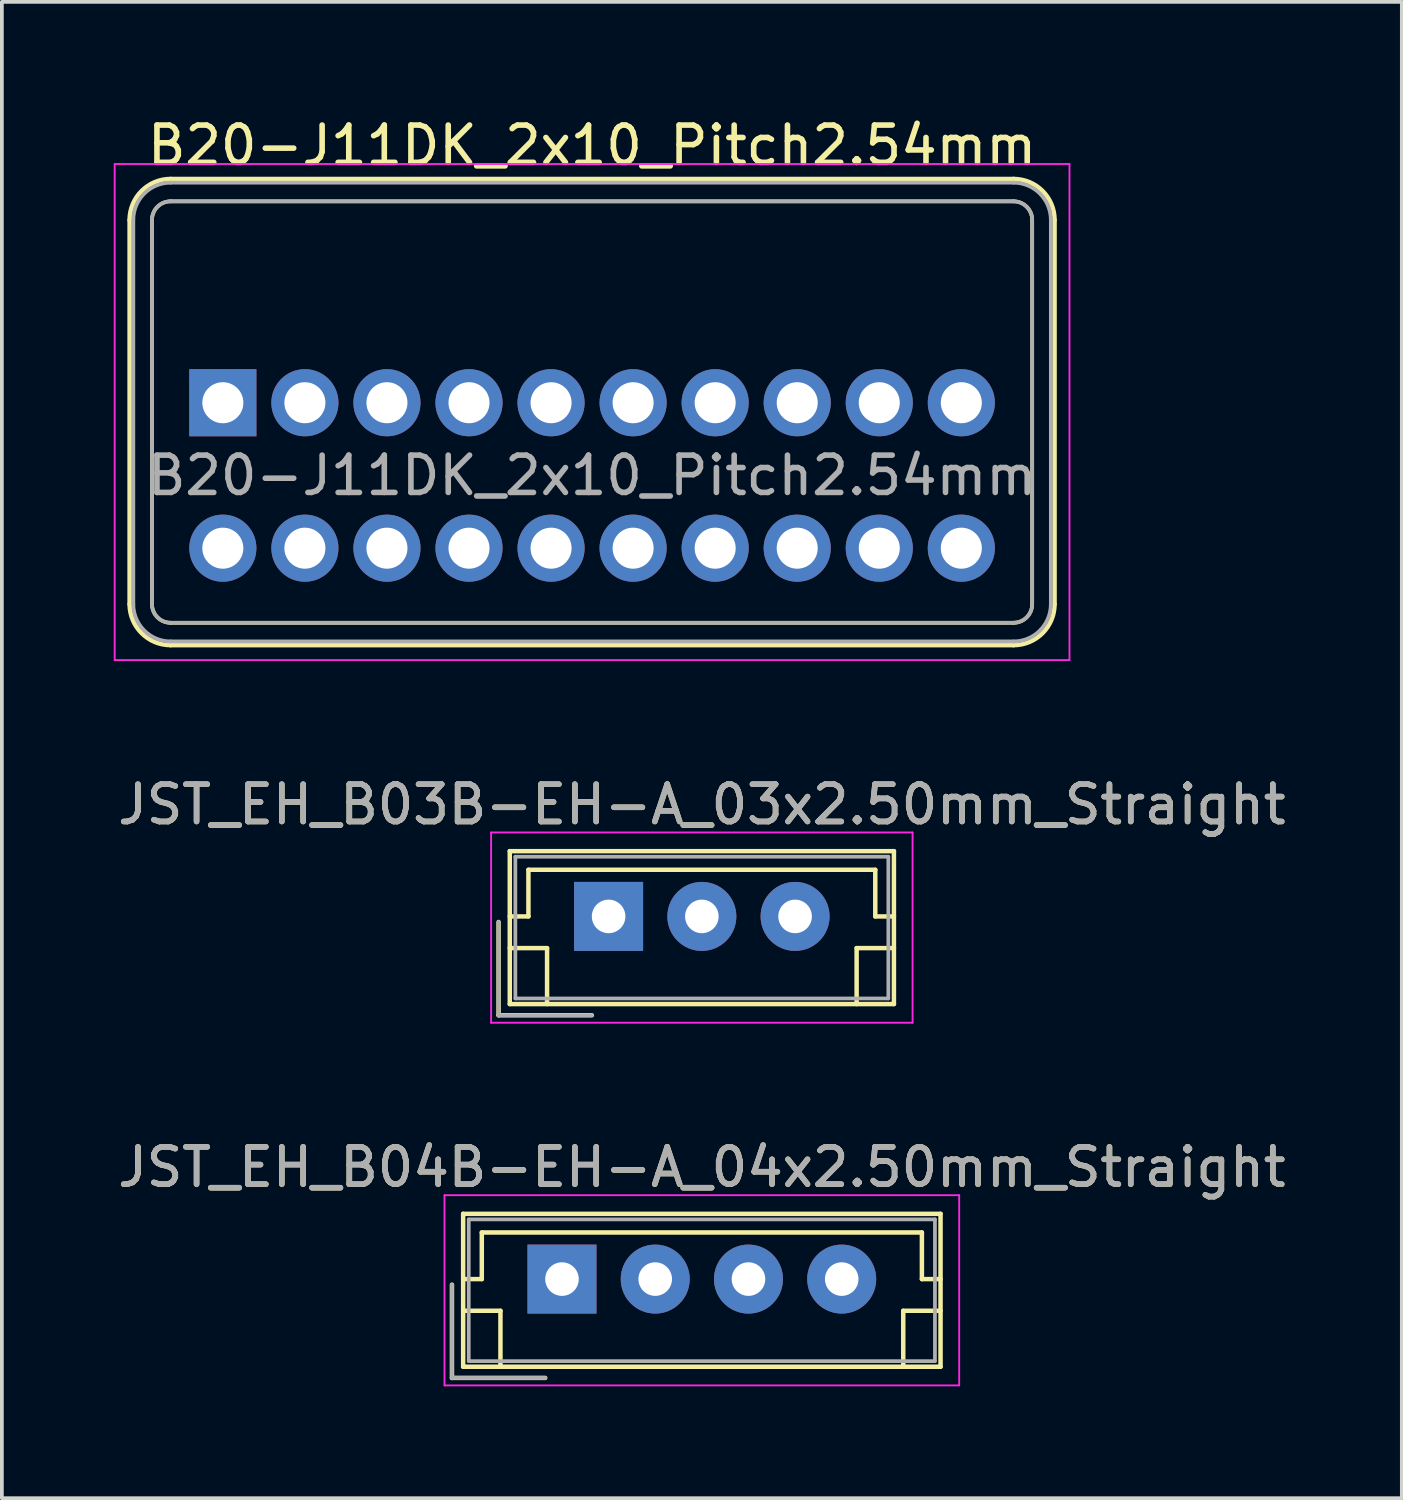
<source format=kicad_pcb>
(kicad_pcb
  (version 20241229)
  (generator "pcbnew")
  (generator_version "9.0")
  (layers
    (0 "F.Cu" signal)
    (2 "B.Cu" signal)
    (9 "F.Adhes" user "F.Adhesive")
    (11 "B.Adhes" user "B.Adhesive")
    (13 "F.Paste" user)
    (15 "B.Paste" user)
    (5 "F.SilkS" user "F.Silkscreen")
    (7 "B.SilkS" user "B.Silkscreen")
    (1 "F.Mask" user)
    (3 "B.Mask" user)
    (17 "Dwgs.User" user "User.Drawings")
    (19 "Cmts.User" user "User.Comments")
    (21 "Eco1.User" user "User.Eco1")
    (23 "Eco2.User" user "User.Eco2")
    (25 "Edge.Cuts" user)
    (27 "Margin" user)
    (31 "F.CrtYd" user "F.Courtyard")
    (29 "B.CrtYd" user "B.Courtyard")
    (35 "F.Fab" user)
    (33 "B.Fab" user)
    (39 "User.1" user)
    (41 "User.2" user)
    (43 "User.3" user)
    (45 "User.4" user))
  (footprint "JST_EH_B04B-EH-A_04x2.50mm_Straight"
    (layer "F.Cu")
    (at 12.018 31.245)
    (property "Reference" "JST_EH_B04B-EH-A_04x2.50mm_Straight" (at 3.75 -3 0) (layer "F.SilkS") (effects (font (size 1 1) (thickness 0.15))))
    (attr through_hole)
    (fp_line (start -2.95 0.15) (end -2.95 2.65) (stroke (width 0.12) (type solid)) (layer "F.SilkS"))
    (fp_line (start -2.95 2.65) (end -0.45 2.65) (stroke (width 0.12) (type solid)) (layer "F.SilkS"))
    (fp_line (start -2.65 -1.75) (end -2.65 2.35) (stroke (width 0.12) (type solid)) (layer "F.SilkS"))
    (fp_line (start -2.65 0) (end -2.15 0) (stroke (width 0.12) (type solid)) (layer "F.SilkS"))
    (fp_line (start -2.65 0.85) (end -1.65 0.85) (stroke (width 0.12) (type solid)) (layer "F.SilkS"))
    (fp_line (start -2.65 2.35) (end 10.15 2.35) (stroke (width 0.12) (type solid)) (layer "F.SilkS"))
    (fp_line (start -2.15 -1.25) (end 9.65 -1.25) (stroke (width 0.12) (type solid)) (layer "F.SilkS"))
    (fp_line (start -2.15 0) (end -2.15 -1.25) (stroke (width 0.12) (type solid)) (layer "F.SilkS"))
    (fp_line (start -1.65 0.85) (end -1.65 2.35) (stroke (width 0.12) (type solid)) (layer "F.SilkS"))
    (fp_line (start 9.15 0.85) (end 9.15 2.35) (stroke (width 0.12) (type solid)) (layer "F.SilkS"))
    (fp_line (start 9.65 -1.25) (end 9.65 0) (stroke (width 0.12) (type solid)) (layer "F.SilkS"))
    (fp_line (start 9.65 0) (end 10.15 0) (stroke (width 0.12) (type solid)) (layer "F.SilkS"))
    (fp_line (start 10.15 -1.75) (end -2.65 -1.75) (stroke (width 0.12) (type solid)) (layer "F.SilkS"))
    (fp_line (start 10.15 0.85) (end 9.15 0.85) (stroke (width 0.12) (type solid)) (layer "F.SilkS"))
    (fp_line (start 10.15 2.35) (end 10.15 -1.75) (stroke (width 0.12) (type solid)) (layer "F.SilkS"))
    (fp_line (start -3.15 -2.25) (end -3.15 2.85) (stroke (width 0.05) (type solid)) (layer "F.CrtYd"))
    (fp_line (start -3.15 2.85) (end 10.65 2.85) (stroke (width 0.05) (type solid)) (layer "F.CrtYd"))
    (fp_line (start 10.65 -2.25) (end -3.15 -2.25) (stroke (width 0.05) (type solid)) (layer "F.CrtYd"))
    (fp_line (start 10.65 2.85) (end 10.65 -2.25) (stroke (width 0.05) (type solid)) (layer "F.CrtYd"))
    (fp_line (start -2.95 0.15) (end -2.95 2.65) (stroke (width 0.1) (type solid)) (layer "F.Fab"))
    (fp_line (start -2.95 2.65) (end -0.45 2.65) (stroke (width 0.1) (type solid)) (layer "F.Fab"))
    (fp_line (start -2.5 -1.6) (end -2.5 2.2) (stroke (width 0.1) (type solid)) (layer "F.Fab"))
    (fp_line (start -2.5 2.2) (end 10 2.2) (stroke (width 0.1) (type solid)) (layer "F.Fab"))
    (fp_line (start 10 -1.6) (end -2.5 -1.6) (stroke (width 0.1) (type solid)) (layer "F.Fab"))
    (fp_line (start 10 2.2) (end 10 -1.6) (stroke (width 0.1) (type solid)) (layer "F.Fab"))
    (fp_text user "${REFERENCE}" (at 3.75 -3 0) (layer "F.Fab") (effects (font (size 1 1) (thickness 0.15))))
    (pad "1" thru_hole rect (at 0 0) (size 1.85 1.85) (drill 0.9) (layers "*.Cu" "*.Mask"))
    (pad "2" thru_hole circle (at 2.5 0) (size 1.85 1.85) (drill 0.9) (layers "*.Cu" "*.Mask"))
    (pad "3" thru_hole circle (at 5 0) (size 1.85 1.85) (drill 0.9) (layers "*.Cu" "*.Mask"))
    (pad "4" thru_hole circle (at 7.5 0) (size 1.85 1.85) (drill 0.9) (layers "*.Cu" "*.Mask")))
  (footprint "B20-J11DK_2x10_Pitch2.54mm"
    (layer "F.Cu")
    (at 2.925 7.748)
    (property "Reference" "B20-J11DK_2x10_Pitch2.54mm" (at 9.9 -6.9 0) (layer "F.SilkS") (effects (font (size 1 1) (thickness 0.15))))
    (attr through_hole)
    (fp_line (start -2.5 -4.9) (end -2.5 5.4) (stroke (width 0.12) (type solid)) (layer "F.SilkS"))
    (fp_line (start -1.9 -4.9) (end -1.9 5.4) (stroke (width 0.1) (type solid)) (layer "F.SilkS"))
    (fp_line (start -1.4 -6) (end 21.2 -6) (stroke (width 0.12) (type solid)) (layer "F.SilkS"))
    (fp_line (start -1.4 -5.4) (end 21.2 -5.4) (stroke (width 0.1) (type solid)) (layer "F.SilkS"))
    (fp_line (start -1.4 5.9) (end 21.2 5.9) (stroke (width 0.1) (type solid)) (layer "F.SilkS"))
    (fp_line (start -1.4 6.5) (end 21.2 6.5) (stroke (width 0.12) (type solid)) (layer "F.SilkS"))
    (fp_line (start 21.7 -4.9) (end 21.7 5.4) (stroke (width 0.1) (type solid)) (layer "F.SilkS"))
    (fp_line (start 22.3 -4.9) (end 22.3 5.4) (stroke (width 0.12) (type solid)) (layer "F.SilkS"))
    (fp_arc (start -2.5 -4.9) (mid -2.177817 -5.677817) (end -1.4 -6) (stroke (width 0.12) (type solid)) (layer "F.SilkS"))
    (fp_arc (start -1.9 -4.9) (mid -1.753553 -5.253553) (end -1.4 -5.4) (stroke (width 0.1) (type solid)) (layer "F.SilkS"))
    (fp_arc (start -1.4 5.9) (mid -1.753553 5.753553) (end -1.9 5.4) (stroke (width 0.1) (type solid)) (layer "F.SilkS"))
    (fp_arc (start -1.4 6.5) (mid -2.177817 6.177817) (end -2.5 5.4) (stroke (width 0.12) (type solid)) (layer "F.SilkS"))
    (fp_arc (start 21.2 -6) (mid 21.977817 -5.677817) (end 22.3 -4.9) (stroke (width 0.12) (type solid)) (layer "F.SilkS"))
    (fp_arc (start 21.2 -5.4) (mid 21.553553 -5.253553) (end 21.7 -4.9) (stroke (width 0.1) (type solid)) (layer "F.SilkS"))
    (fp_arc (start 21.7 5.4) (mid 21.553553 5.753553) (end 21.2 5.9) (stroke (width 0.1) (type solid)) (layer "F.SilkS"))
    (fp_arc (start 22.3 5.4) (mid 21.977817 6.177817) (end 21.2 6.5) (stroke (width 0.12) (type solid)) (layer "F.SilkS"))
    (fp_line (start -2.9 -6.4) (end -2.9 6.9) (stroke (width 0.05) (type solid)) (layer "F.CrtYd"))
    (fp_line (start -2.9 6.9) (end 22.7 6.9) (stroke (width 0.05) (type solid)) (layer "F.CrtYd"))
    (fp_line (start 22.7 -6.4) (end -2.9 -6.4) (stroke (width 0.05) (type solid)) (layer "F.CrtYd"))
    (fp_line (start 22.7 6.9) (end 22.7 -6.4) (stroke (width 0.05) (type solid)) (layer "F.CrtYd"))
    (fp_line (start -2.4 -4.9) (end -2.4 5.4) (stroke (width 0.1) (type solid)) (layer "F.Fab"))
    (fp_line (start -1.9 -4.9) (end -1.9 5.4) (stroke (width 0.1) (type solid)) (layer "F.Fab"))
    (fp_line (start -1.4 -5.9) (end 21.2 -5.9) (stroke (width 0.1) (type solid)) (layer "F.Fab"))
    (fp_line (start -1.4 -5.4) (end 21.2 -5.4) (stroke (width 0.1) (type solid)) (layer "F.Fab"))
    (fp_line (start -1.4 5.9) (end 21.2 5.9) (stroke (width 0.1) (type solid)) (layer "F.Fab"))
    (fp_line (start -1.4 6.4) (end 21.2 6.4) (stroke (width 0.1) (type solid)) (layer "F.Fab"))
    (fp_line (start 21.7 -4.9) (end 21.7 5.4) (stroke (width 0.1) (type solid)) (layer "F.Fab"))
    (fp_line (start 22.2 -4.9) (end 22.2 5.4) (stroke (width 0.1) (type solid)) (layer "F.Fab"))
    (fp_arc (start -2.4 -4.9) (mid -2.107107 -5.607107) (end -1.4 -5.9) (stroke (width 0.1) (type solid)) (layer "F.Fab"))
    (fp_arc (start -1.9 -4.9) (mid -1.753553 -5.253553) (end -1.4 -5.4) (stroke (width 0.1) (type solid)) (layer "F.Fab"))
    (fp_arc (start -1.4 5.9) (mid -1.753553 5.753553) (end -1.9 5.4) (stroke (width 0.1) (type solid)) (layer "F.Fab"))
    (fp_arc (start -1.4 6.4) (mid -2.107107 6.107107) (end -2.4 5.4) (stroke (width 0.1) (type solid)) (layer "F.Fab"))
    (fp_arc (start 21.2 -5.9) (mid 21.907107 -5.607107) (end 22.2 -4.9) (stroke (width 0.1) (type solid)) (layer "F.Fab"))
    (fp_arc (start 21.2 -5.4) (mid 21.553553 -5.253553) (end 21.7 -4.9) (stroke (width 0.1) (type solid)) (layer "F.Fab"))
    (fp_arc (start 21.7 5.4) (mid 21.553553 5.753553) (end 21.2 5.9) (stroke (width 0.1) (type solid)) (layer "F.Fab"))
    (fp_arc (start 22.2 5.4) (mid 21.907107 6.107107) (end 21.2 6.4) (stroke (width 0.1) (type solid)) (layer "F.Fab"))
    (fp_text user "${REFERENCE}" (at 9.9 1.95 0) (layer "F.Fab") (effects (font (size 1 1) (thickness 0.15))))
    (pad "1" thru_hole rect (at 0 0) (size 1.8 1.8) (drill 1.1) (layers "*.Cu" "*.Mask"))
    (pad "2" thru_hole circle (at 0 3.9) (size 1.8 1.8) (drill 1.1) (layers "*.Cu" "*.Mask"))
    (pad "3" thru_hole circle (at 2.2 0) (size 1.8 1.8) (drill 1.1) (layers "*.Cu" "*.Mask"))
    (pad "4" thru_hole circle (at 2.2 3.9) (size 1.8 1.8) (drill 1.1) (layers "*.Cu" "*.Mask"))
    (pad "5" thru_hole circle (at 4.4 0) (size 1.8 1.8) (drill 1.1) (layers "*.Cu" "*.Mask"))
    (pad "6" thru_hole circle (at 4.4 3.9) (size 1.8 1.8) (drill 1.1) (layers "*.Cu" "*.Mask"))
    (pad "7" thru_hole circle (at 6.6 0) (size 1.8 1.8) (drill 1.1) (layers "*.Cu" "*.Mask"))
    (pad "8" thru_hole circle (at 6.6 3.9) (size 1.8 1.8) (drill 1.1) (layers "*.Cu" "*.Mask"))
    (pad "9" thru_hole circle (at 8.8 0) (size 1.8 1.8) (drill 1.1) (layers "*.Cu" "*.Mask"))
    (pad "10" thru_hole circle (at 8.8 3.9) (size 1.8 1.8) (drill 1.1) (layers "*.Cu" "*.Mask"))
    (pad "11" thru_hole circle (at 11 0) (size 1.8 1.8) (drill 1.1) (layers "*.Cu" "*.Mask"))
    (pad "12" thru_hole circle (at 11 3.9) (size 1.8 1.8) (drill 1.1) (layers "*.Cu" "*.Mask"))
    (pad "13" thru_hole circle (at 13.2 0) (size 1.8 1.8) (drill 1.1) (layers "*.Cu" "*.Mask"))
    (pad "14" thru_hole circle (at 13.2 3.9) (size 1.8 1.8) (drill 1.1) (layers "*.Cu" "*.Mask"))
    (pad "15" thru_hole circle (at 15.4 0) (size 1.8 1.8) (drill 1.1) (layers "*.Cu" "*.Mask"))
    (pad "16" thru_hole circle (at 15.4 3.9) (size 1.8 1.8) (drill 1.1) (layers "*.Cu" "*.Mask"))
    (pad "17" thru_hole circle (at 17.6 0) (size 1.8 1.8) (drill 1.1) (layers "*.Cu" "*.Mask"))
    (pad "18" thru_hole circle (at 17.6 3.9) (size 1.8 1.8) (drill 1.1) (layers "*.Cu" "*.Mask"))
    (pad "19" thru_hole circle (at 19.8 0) (size 1.8 1.8) (drill 1.1) (layers "*.Cu" "*.Mask"))
    (pad "20" thru_hole circle (at 19.8 3.9) (size 1.8 1.8) (drill 1.1) (layers "*.Cu" "*.Mask")))
  (footprint "JST_EH_B03B-EH-A_03x2.50mm_Straight"
    (layer "F.Cu")
    (at 13.268 21.521)
    (property "Reference" "JST_EH_B03B-EH-A_03x2.50mm_Straight" (at 2.5 -3 0) (layer "F.SilkS") (effects (font (size 1 1) (thickness 0.15))))
    (attr through_hole)
    (fp_line (start -2.95 0.15) (end -2.95 2.65) (stroke (width 0.12) (type solid)) (layer "F.SilkS"))
    (fp_line (start -2.95 2.65) (end -0.45 2.65) (stroke (width 0.12) (type solid)) (layer "F.SilkS"))
    (fp_line (start -2.65 -1.75) (end -2.65 2.35) (stroke (width 0.12) (type solid)) (layer "F.SilkS"))
    (fp_line (start -2.65 0) (end -2.15 0) (stroke (width 0.12) (type solid)) (layer "F.SilkS"))
    (fp_line (start -2.65 0.85) (end -1.65 0.85) (stroke (width 0.12) (type solid)) (layer "F.SilkS"))
    (fp_line (start -2.65 2.35) (end 7.65 2.35) (stroke (width 0.12) (type solid)) (layer "F.SilkS"))
    (fp_line (start -2.15 -1.25) (end 7.15 -1.25) (stroke (width 0.12) (type solid)) (layer "F.SilkS"))
    (fp_line (start -2.15 0) (end -2.15 -1.25) (stroke (width 0.12) (type solid)) (layer "F.SilkS"))
    (fp_line (start -1.65 0.85) (end -1.65 2.35) (stroke (width 0.12) (type solid)) (layer "F.SilkS"))
    (fp_line (start 6.65 0.85) (end 6.65 2.35) (stroke (width 0.12) (type solid)) (layer "F.SilkS"))
    (fp_line (start 7.15 -1.25) (end 7.15 0) (stroke (width 0.12) (type solid)) (layer "F.SilkS"))
    (fp_line (start 7.15 0) (end 7.65 0) (stroke (width 0.12) (type solid)) (layer "F.SilkS"))
    (fp_line (start 7.65 -1.75) (end -2.65 -1.75) (stroke (width 0.12) (type solid)) (layer "F.SilkS"))
    (fp_line (start 7.65 0.85) (end 6.65 0.85) (stroke (width 0.12) (type solid)) (layer "F.SilkS"))
    (fp_line (start 7.65 2.35) (end 7.65 -1.75) (stroke (width 0.12) (type solid)) (layer "F.SilkS"))
    (fp_line (start -3.15 -2.25) (end -3.15 2.85) (stroke (width 0.05) (type solid)) (layer "F.CrtYd"))
    (fp_line (start -3.15 2.85) (end 8.15 2.85) (stroke (width 0.05) (type solid)) (layer "F.CrtYd"))
    (fp_line (start 8.15 -2.25) (end -3.15 -2.25) (stroke (width 0.05) (type solid)) (layer "F.CrtYd"))
    (fp_line (start 8.15 2.85) (end 8.15 -2.25) (stroke (width 0.05) (type solid)) (layer "F.CrtYd"))
    (fp_line (start -2.95 0.15) (end -2.95 2.65) (stroke (width 0.1) (type solid)) (layer "F.Fab"))
    (fp_line (start -2.95 2.65) (end -0.45 2.65) (stroke (width 0.1) (type solid)) (layer "F.Fab"))
    (fp_line (start -2.5 -1.6) (end -2.5 2.2) (stroke (width 0.1) (type solid)) (layer "F.Fab"))
    (fp_line (start -2.5 2.2) (end 7.5 2.2) (stroke (width 0.1) (type solid)) (layer "F.Fab"))
    (fp_line (start 7.5 -1.6) (end -2.5 -1.6) (stroke (width 0.1) (type solid)) (layer "F.Fab"))
    (fp_line (start 7.5 2.2) (end 7.5 -1.6) (stroke (width 0.1) (type solid)) (layer "F.Fab"))
    (fp_text user "${REFERENCE}" (at 2.5 -3 0) (layer "F.Fab") (effects (font (size 1 1) (thickness 0.15))))
    (pad "1" thru_hole rect (at 0 0) (size 1.85 1.85) (drill 0.9) (layers "*.Cu" "*.Mask"))
    (pad "2" thru_hole circle (at 2.5 0) (size 1.85 1.85) (drill 0.9) (layers "*.Cu" "*.Mask"))
    (pad "3" thru_hole circle (at 5 0) (size 1.85 1.85) (drill 0.9) (layers "*.Cu" "*.Mask")))
  (gr_rect
    (start -3 -3)
    (end 34.536 37.12)
    (stroke (width 0.1) (type default))
    (fill no)
    (layer "Edge.Cuts")))
</source>
